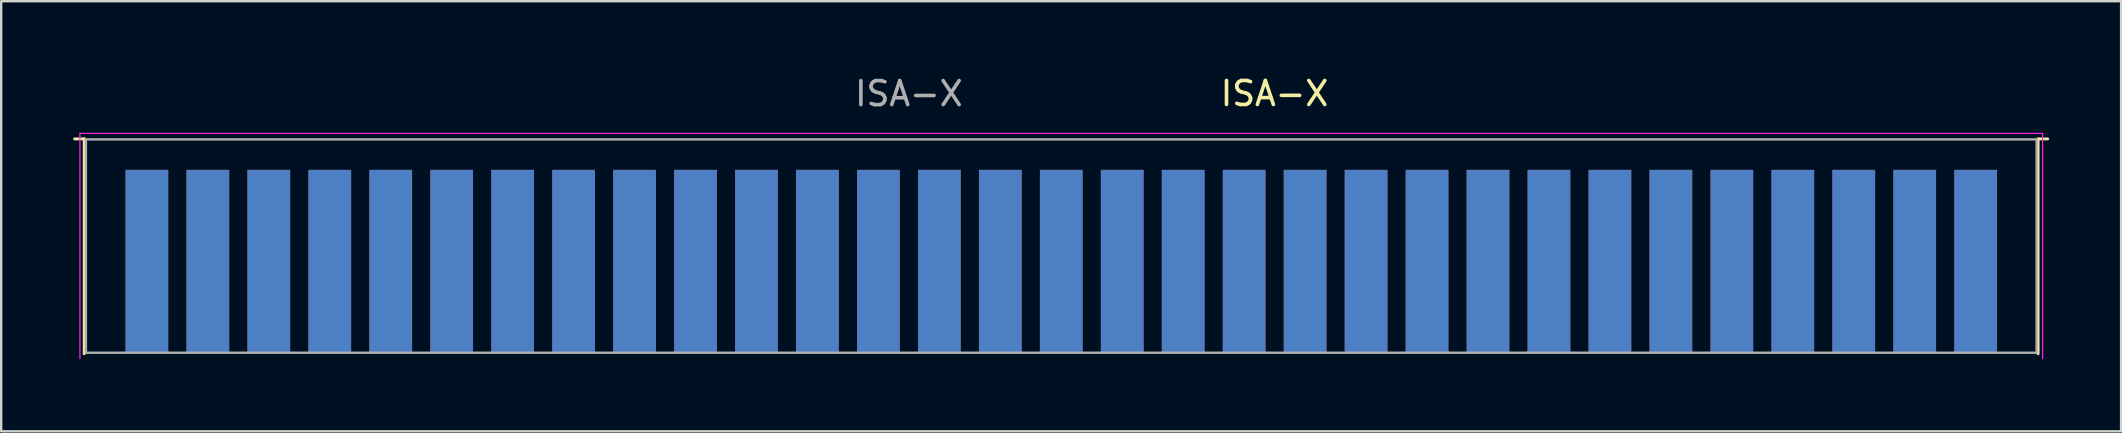
<source format=kicad_pcb>
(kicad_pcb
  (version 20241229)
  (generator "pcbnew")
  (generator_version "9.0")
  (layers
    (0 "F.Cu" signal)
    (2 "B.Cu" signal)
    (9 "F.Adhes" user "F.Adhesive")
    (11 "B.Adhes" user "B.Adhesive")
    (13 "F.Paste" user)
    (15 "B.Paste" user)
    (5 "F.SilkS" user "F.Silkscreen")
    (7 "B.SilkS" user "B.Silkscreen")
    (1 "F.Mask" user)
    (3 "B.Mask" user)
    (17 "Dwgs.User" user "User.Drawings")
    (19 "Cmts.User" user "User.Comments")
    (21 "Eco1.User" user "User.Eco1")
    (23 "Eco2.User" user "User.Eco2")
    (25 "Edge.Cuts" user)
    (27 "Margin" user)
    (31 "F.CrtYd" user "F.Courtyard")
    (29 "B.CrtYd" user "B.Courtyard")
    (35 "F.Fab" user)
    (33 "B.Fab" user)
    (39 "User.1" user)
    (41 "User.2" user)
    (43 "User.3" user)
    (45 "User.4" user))
  (footprint "ISA-X"
    (layer "F.Cu")
    (at 79.27 7.838)
    (property "Reference" "ISA-X" (at -29.215 -6.99 0) (layer "F.SilkS") (effects (font (size 1 1) (thickness 0.15))))
    (attr exclude_from_pos_files exclude_from_bom)
    (fp_line (start -78.81 -5.1) (end -79.21 -5.1) (stroke (width 0.12) (type solid)) (layer "F.SilkS"))
    (fp_line (start -78.81 3.85) (end -78.81 -5.1) (stroke (width 0.12) (type solid)) (layer "F.SilkS"))
    (fp_line (start 2.6 -5.1) (end 3 -5.1) (stroke (width 0.12) (type solid)) (layer "F.SilkS"))
    (fp_line (start 2.6 3.85) (end 2.6 -5.1) (stroke (width 0.12) (type solid)) (layer "F.SilkS"))
    (fp_line (start -78.99 -5.33) (end -78.99 4.06) (stroke (width 0.05) (type solid)) (layer "F.CrtYd"))
    (fp_line (start -78.99 -5.33) (end 2.79 -5.33) (stroke (width 0.05) (type solid)) (layer "F.CrtYd"))
    (fp_line (start 2.79 4.06) (end 2.79 -5.33) (stroke (width 0.05) (type solid)) (layer "F.CrtYd"))
    (fp_line (start -78.74 -5.08) (end 2.54 -5.08) (stroke (width 0.1) (type solid)) (layer "F.Fab"))
    (fp_line (start -78.74 3.81) (end -78.74 -5.08) (stroke (width 0.1) (type solid)) (layer "F.Fab"))
    (fp_line (start 2.54 -5.08) (end 2.54 3.81) (stroke (width 0.1) (type solid)) (layer "F.Fab"))
    (fp_line (start 2.54 3.81) (end -78.74 3.81) (stroke (width 0.1) (type solid)) (layer "F.Fab"))
    (fp_text user "${REFERENCE}" (at -44.45 -6.985 0) (layer "F.Fab") (effects (font (size 1 1) (thickness 0.15))))
    (pad "1" connect rect (at 0 0) (size 1.78 7.62) (layers "B.Cu" "B.Mask"))
    (pad "2" connect rect (at -2.54 0) (size 1.78 7.62) (layers "B.Cu" "B.Mask"))
    (pad "3" connect rect (at -5.08 0) (size 1.78 7.62) (layers "B.Cu" "B.Mask"))
    (pad "4" connect rect (at -7.62 0) (size 1.78 7.62) (layers "B.Cu" "B.Mask"))
    (pad "5" connect rect (at -10.16 0) (size 1.78 7.62) (layers "B.Cu" "B.Mask"))
    (pad "6" connect rect (at -12.7 0) (size 1.78 7.62) (layers "B.Cu" "B.Mask"))
    (pad "7" connect rect (at -15.24 0) (size 1.78 7.62) (layers "B.Cu" "B.Mask"))
    (pad "8" connect rect (at -17.78 0) (size 1.78 7.62) (layers "B.Cu" "B.Mask"))
    (pad "9" connect rect (at -20.32 0) (size 1.78 7.62) (layers "B.Cu" "B.Mask"))
    (pad "10" connect rect (at -22.86 0) (size 1.78 7.62) (layers "B.Cu" "B.Mask"))
    (pad "11" connect rect (at -25.4 0) (size 1.78 7.62) (layers "B.Cu" "B.Mask"))
    (pad "12" connect rect (at -27.94 0) (size 1.78 7.62) (layers "B.Cu" "B.Mask"))
    (pad "13" connect rect (at -30.48 0) (size 1.78 7.62) (layers "B.Cu" "B.Mask"))
    (pad "14" connect rect (at -33.02 0) (size 1.78 7.62) (layers "B.Cu" "B.Mask"))
    (pad "15" connect rect (at -35.56 0) (size 1.78 7.62) (layers "B.Cu" "B.Mask"))
    (pad "16" connect rect (at -38.1 0) (size 1.78 7.62) (layers "B.Cu" "B.Mask"))
    (pad "17" connect rect (at -40.64 0) (size 1.78 7.62) (layers "B.Cu" "B.Mask"))
    (pad "18" connect rect (at -43.18 0) (size 1.78 7.62) (layers "B.Cu" "B.Mask"))
    (pad "19" connect rect (at -45.72 0) (size 1.78 7.62) (layers "B.Cu" "B.Mask"))
    (pad "20" connect rect (at -48.26 0) (size 1.78 7.62) (layers "B.Cu" "B.Mask"))
    (pad "21" connect rect (at -50.8 0) (size 1.78 7.62) (layers "B.Cu" "B.Mask"))
    (pad "22" connect rect (at -53.34 0) (size 1.78 7.62) (layers "B.Cu" "B.Mask"))
    (pad "23" connect rect (at -55.88 0) (size 1.78 7.62) (layers "B.Cu" "B.Mask"))
    (pad "24" connect rect (at -58.42 0) (size 1.78 7.62) (layers "B.Cu" "B.Mask"))
    (pad "25" connect rect (at -60.96 0) (size 1.78 7.62) (layers "B.Cu" "B.Mask"))
    (pad "26" connect rect (at -63.5 0) (size 1.78 7.62) (layers "B.Cu" "B.Mask"))
    (pad "27" connect rect (at -66.04 0) (size 1.78 7.62) (layers "B.Cu" "B.Mask"))
    (pad "28" connect rect (at -68.58 0) (size 1.78 7.62) (layers "B.Cu" "B.Mask"))
    (pad "29" connect rect (at -71.12 0) (size 1.78 7.62) (layers "B.Cu" "B.Mask"))
    (pad "30" connect rect (at -73.66 0) (size 1.78 7.62) (layers "B.Cu" "B.Mask"))
    (pad "31" connect rect (at -76.2 0) (size 1.78 7.62) (layers "B.Cu" "B.Mask"))
    (pad "32" connect rect (at 0 0) (size 1.78 7.62) (layers "F.Cu" "F.Mask"))
    (pad "33" connect rect (at -2.54 0) (size 1.78 7.62) (layers "F.Cu" "F.Mask"))
    (pad "34" connect rect (at -5.08 0) (size 1.78 7.62) (layers "F.Cu" "F.Mask"))
    (pad "35" connect rect (at -7.62 0) (size 1.78 7.62) (layers "F.Cu" "F.Mask"))
    (pad "36" connect rect (at -10.16 0) (size 1.78 7.62) (layers "F.Cu" "F.Mask"))
    (pad "37" connect rect (at -12.7 0) (size 1.78 7.62) (layers "F.Cu" "F.Mask"))
    (pad "38" connect rect (at -15.24 0) (size 1.78 7.62) (layers "F.Cu" "F.Mask"))
    (pad "39" connect rect (at -17.78 0) (size 1.78 7.62) (layers "F.Cu" "F.Mask"))
    (pad "40" connect rect (at -20.32 0) (size 1.78 7.62) (layers "F.Cu" "F.Mask"))
    (pad "41" connect rect (at -22.86 0) (size 1.78 7.62) (layers "F.Cu" "F.Mask"))
    (pad "42" connect rect (at -25.4 0) (size 1.78 7.62) (layers "F.Cu" "F.Mask"))
    (pad "43" connect rect (at -27.94 0) (size 1.78 7.62) (layers "F.Cu" "F.Mask"))
    (pad "44" connect rect (at -30.48 0) (size 1.78 7.62) (layers "F.Cu" "F.Mask"))
    (pad "45" connect rect (at -33.02 0) (size 1.78 7.62) (layers "F.Cu" "F.Mask"))
    (pad "46" connect rect (at -35.56 0) (size 1.78 7.62) (layers "F.Cu" "F.Mask"))
    (pad "47" connect rect (at -38.1 0) (size 1.78 7.62) (layers "F.Cu" "F.Mask"))
    (pad "48" connect rect (at -40.64 0) (size 1.78 7.62) (layers "F.Cu" "F.Mask"))
    (pad "49" connect rect (at -43.18 0) (size 1.78 7.62) (layers "F.Cu" "F.Mask"))
    (pad "50" connect rect (at -45.72 0) (size 1.78 7.62) (layers "F.Cu" "F.Mask"))
    (pad "51" connect rect (at -48.26 0) (size 1.78 7.62) (layers "F.Cu" "F.Mask"))
    (pad "52" connect rect (at -50.8 0) (size 1.78 7.62) (layers "F.Cu" "F.Mask"))
    (pad "53" connect rect (at -53.34 0) (size 1.78 7.62) (layers "F.Cu" "F.Mask"))
    (pad "54" connect rect (at -55.88 0) (size 1.78 7.62) (layers "F.Cu" "F.Mask"))
    (pad "55" connect rect (at -58.42 0) (size 1.78 7.62) (layers "F.Cu" "F.Mask"))
    (pad "56" connect rect (at -60.96 0) (size 1.78 7.62) (layers "F.Cu" "F.Mask"))
    (pad "57" connect rect (at -63.5 0) (size 1.78 7.62) (layers "F.Cu" "F.Mask"))
    (pad "58" connect rect (at -66.04 0) (size 1.78 7.62) (layers "F.Cu" "F.Mask"))
    (pad "59" connect rect (at -68.58 0) (size 1.78 7.62) (layers "F.Cu" "F.Mask"))
    (pad "60" connect rect (at -71.12 0) (size 1.78 7.62) (layers "F.Cu" "F.Mask"))
    (pad "61" connect rect (at -73.66 0) (size 1.78 7.62) (layers "F.Cu" "F.Mask"))
    (pad "62" connect rect (at -76.2 0) (size 1.78 7.62) (layers "F.Cu" "F.Mask")))
  (gr_rect
    (start -3 -3)
    (end 85.33 14.923)
    (stroke (width 0.1) (type default))
    (fill no)
    (layer "Edge.Cuts")))
</source>
